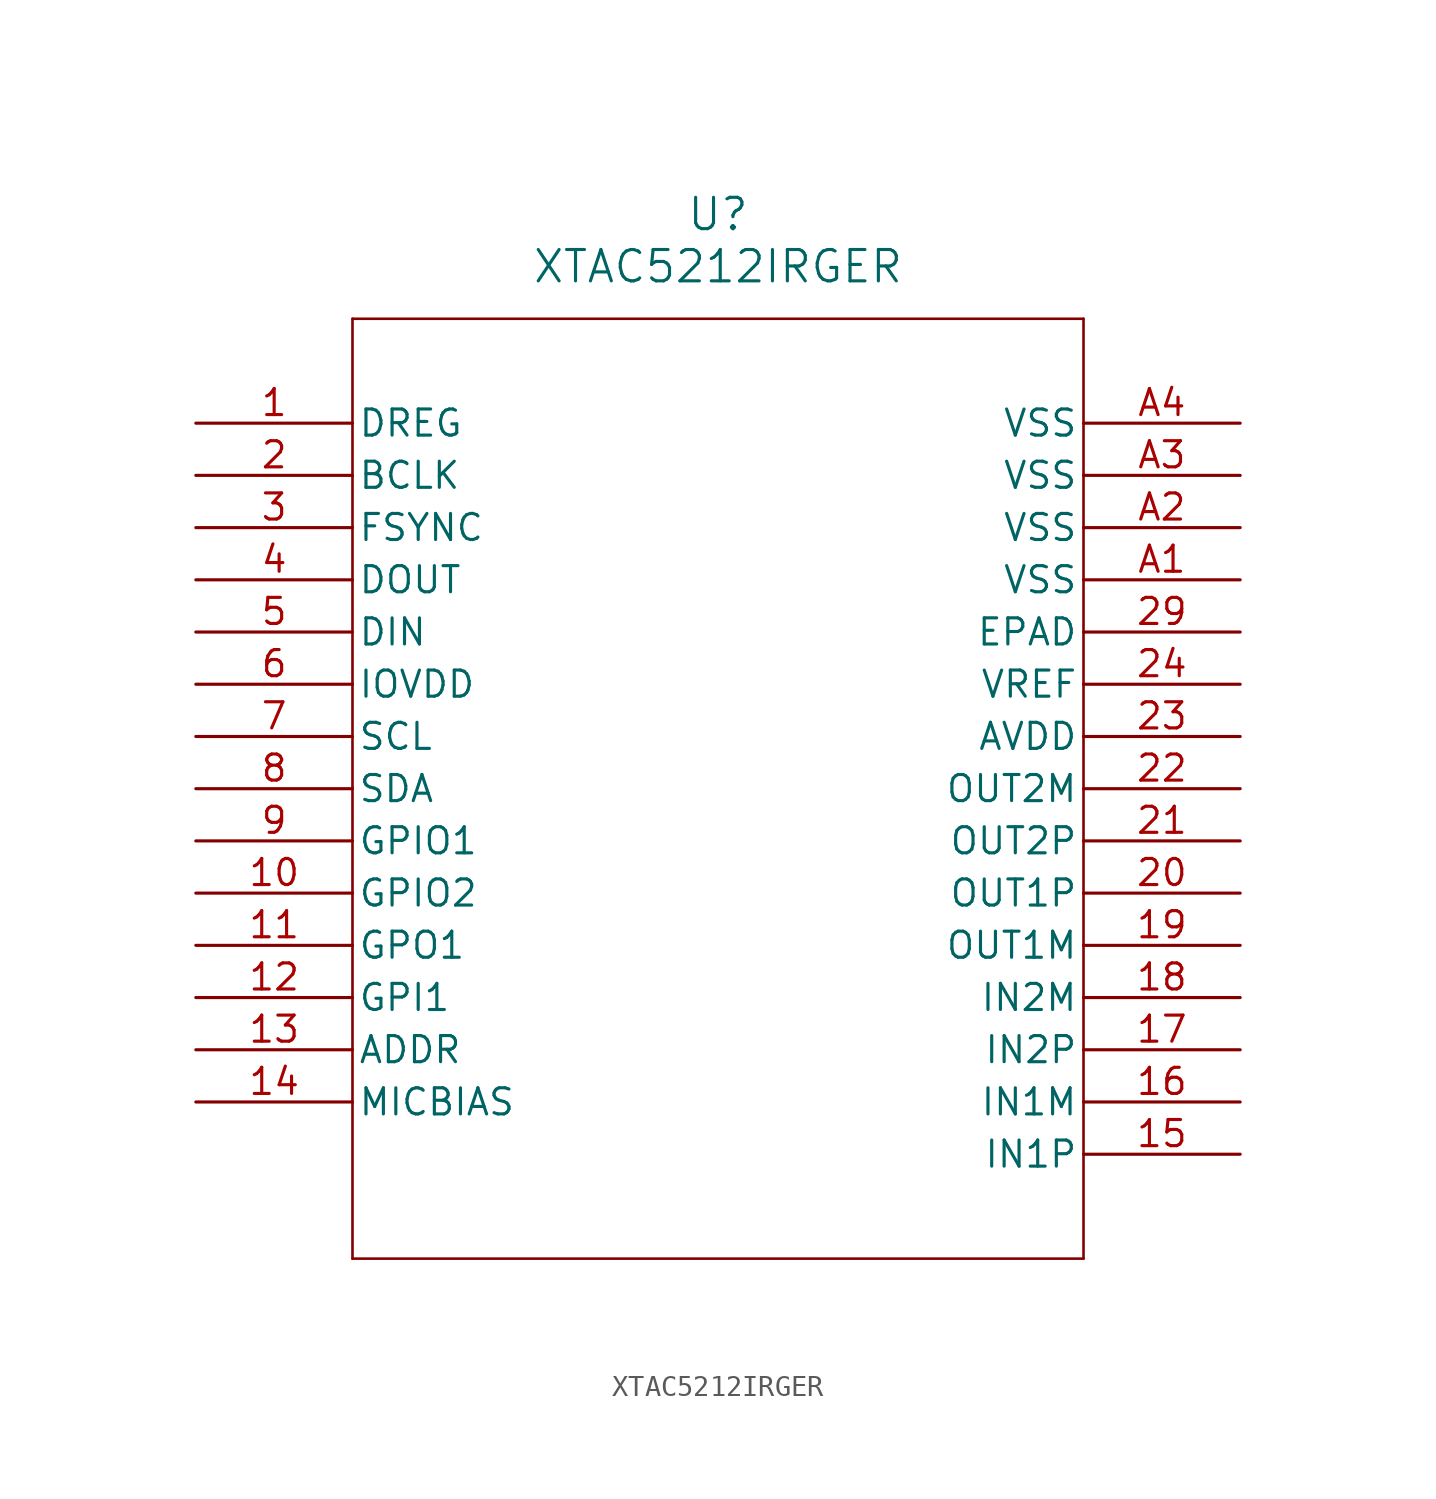
<source format=kicad_sym>
(kicad_symbol_lib
  (version 20211014)
  (generator kicad_symbol_editor)
  (symbol "XTAC5212IRGER"
    (pin_names
      (offset 0.254))
    (property "Reference" "U"
      (at 25.4 10.16 0)
      (effects (font (size 1.524 1.524))))
    (property "Value" "XTAC5212IRGER"
      (at 25.4 7.62 0)
      (effects (font (size 1.524 1.524))))
    (symbol "XTAC5212IRGER_0_1"
      (polyline (pts (xy 7.62 5.08) (xy 7.62 -40.64)) (stroke (width 0.127) (type default) (color 0 0 0 0)) (fill (type none)))
      (polyline (pts (xy 7.62 -40.64) (xy 43.18 -40.64)) (stroke (width 0.127) (type default) (color 0 0 0 0)) (fill (type none)))
      (polyline (pts (xy 43.18 -40.64) (xy 43.18 5.08)) (stroke (width 0.127) (type default) (color 0 0 0 0)) (fill (type none)))
      (polyline (pts (xy 43.18 5.08) (xy 7.62 5.08)) (stroke (width 0.127) (type default) (color 0 0 0 0)) (fill (type none)))
      (pin power_in line (at 0 0 0) (length 7.62) (name "DREG" (effects (font (size 1.27 1.27)))) (number "1" (effects (font (size 1.27 1.27)))))
      (pin bidirectional line (at 0 -2.54 0) (length 7.62) (name "BCLK" (effects (font (size 1.27 1.27)))) (number "2" (effects (font (size 1.27 1.27)))))
      (pin bidirectional line (at 0 -5.08 0) (length 7.62) (name "FSYNC" (effects (font (size 1.27 1.27)))) (number "3" (effects (font (size 1.27 1.27)))))
      (pin bidirectional line (at 0 -7.62 0) (length 7.62) (name "DOUT" (effects (font (size 1.27 1.27)))) (number "4" (effects (font (size 1.27 1.27)))))
      (pin input line (at 0 -10.16 0) (length 7.62) (name "DIN" (effects (font (size 1.27 1.27)))) (number "5" (effects (font (size 1.27 1.27)))))
      (pin power_in line (at 0 -12.7 0) (length 7.62) (name "IOVDD" (effects (font (size 1.27 1.27)))) (number "6" (effects (font (size 1.27 1.27)))))
      (pin input line (at 0 -15.24 0) (length 7.62) (name "SCL" (effects (font (size 1.27 1.27)))) (number "7" (effects (font (size 1.27 1.27)))))
      (pin input line (at 0 -17.78 0) (length 7.62) (name "SDA" (effects (font (size 1.27 1.27)))) (number "8" (effects (font (size 1.27 1.27)))))
      (pin bidirectional line (at 0 -20.32 0) (length 7.62) (name "GPIO1" (effects (font (size 1.27 1.27)))) (number "9" (effects (font (size 1.27 1.27)))))
      (pin bidirectional line (at 0 -22.86 0) (length 7.62) (name "GPIO2" (effects (font (size 1.27 1.27)))) (number "10" (effects (font (size 1.27 1.27)))))
      (pin output line (at 0 -25.4 0) (length 7.62) (name "GPO1" (effects (font (size 1.27 1.27)))) (number "11" (effects (font (size 1.27 1.27)))))
      (pin input line (at 0 -27.94 0) (length 7.62) (name "GPI1" (effects (font (size 1.27 1.27)))) (number "12" (effects (font (size 1.27 1.27)))))
      (pin input line (at 0 -30.48 0) (length 7.62) (name "ADDR" (effects (font (size 1.27 1.27)))) (number "13" (effects (font (size 1.27 1.27)))))
      (pin unspecified line (at 0 -33.02 0) (length 7.62) (name "MICBIAS" (effects (font (size 1.27 1.27)))) (number "14" (effects (font (size 1.27 1.27)))))
      (pin input line (at 50.8 -35.56 180) (length 7.62) (name "IN1P" (effects (font (size 1.27 1.27)))) (number "15" (effects (font (size 1.27 1.27)))))
      (pin input line (at 50.8 -33.02 180) (length 7.62) (name "IN1M" (effects (font (size 1.27 1.27)))) (number "16" (effects (font (size 1.27 1.27)))))
      (pin input line (at 50.8 -30.48 180) (length 7.62) (name "IN2P" (effects (font (size 1.27 1.27)))) (number "17" (effects (font (size 1.27 1.27)))))
      (pin input line (at 50.8 -27.94 180) (length 7.62) (name "IN2M" (effects (font (size 1.27 1.27)))) (number "18" (effects (font (size 1.27 1.27)))))
      (pin output line (at 50.8 -25.4 180) (length 7.62) (name "OUT1M" (effects (font (size 1.27 1.27)))) (number "19" (effects (font (size 1.27 1.27)))))
      (pin output line (at 50.8 -22.86 180) (length 7.62) (name "OUT1P" (effects (font (size 1.27 1.27)))) (number "20" (effects (font (size 1.27 1.27)))))
      (pin output line (at 50.8 -20.32 180) (length 7.62) (name "OUT2P" (effects (font (size 1.27 1.27)))) (number "21" (effects (font (size 1.27 1.27)))))
      (pin output line (at 50.8 -17.78 180) (length 7.62) (name "OUT2M" (effects (font (size 1.27 1.27)))) (number "22" (effects (font (size 1.27 1.27)))))
      (pin power_in line (at 50.8 -15.24 180) (length 7.62) (name "AVDD" (effects (font (size 1.27 1.27)))) (number "23" (effects (font (size 1.27 1.27)))))
      (pin unspecified line (at 50.8 -12.7 180) (length 7.62) (name "VREF" (effects (font (size 1.27 1.27)))) (number "24" (effects (font (size 1.27 1.27)))))
      (pin unspecified line (at 50.8 -10.16 180) (length 7.62) (name "EPAD" (effects (font (size 1.27 1.27)))) (number "29" (effects (font (size 1.27 1.27)))))
      (pin power_out line (at 50.8 -7.62 180) (length 7.62) (name "VSS" (effects (font (size 1.27 1.27)))) (number "A1" (effects (font (size 1.27 1.27)))))
      (pin power_out line (at 50.8 -5.08 180) (length 7.62) (name "VSS" (effects (font (size 1.27 1.27)))) (number "A2" (effects (font (size 1.27 1.27)))))
      (pin power_out line (at 50.8 -2.54 180) (length 7.62) (name "VSS" (effects (font (size 1.27 1.27)))) (number "A3" (effects (font (size 1.27 1.27)))))
      (pin power_out line (at 50.8 0 180) (length 7.62) (name "VSS" (effects (font (size 1.27 1.27)))) (number "A4" (effects (font (size 1.27 1.27))))))))
</source>
